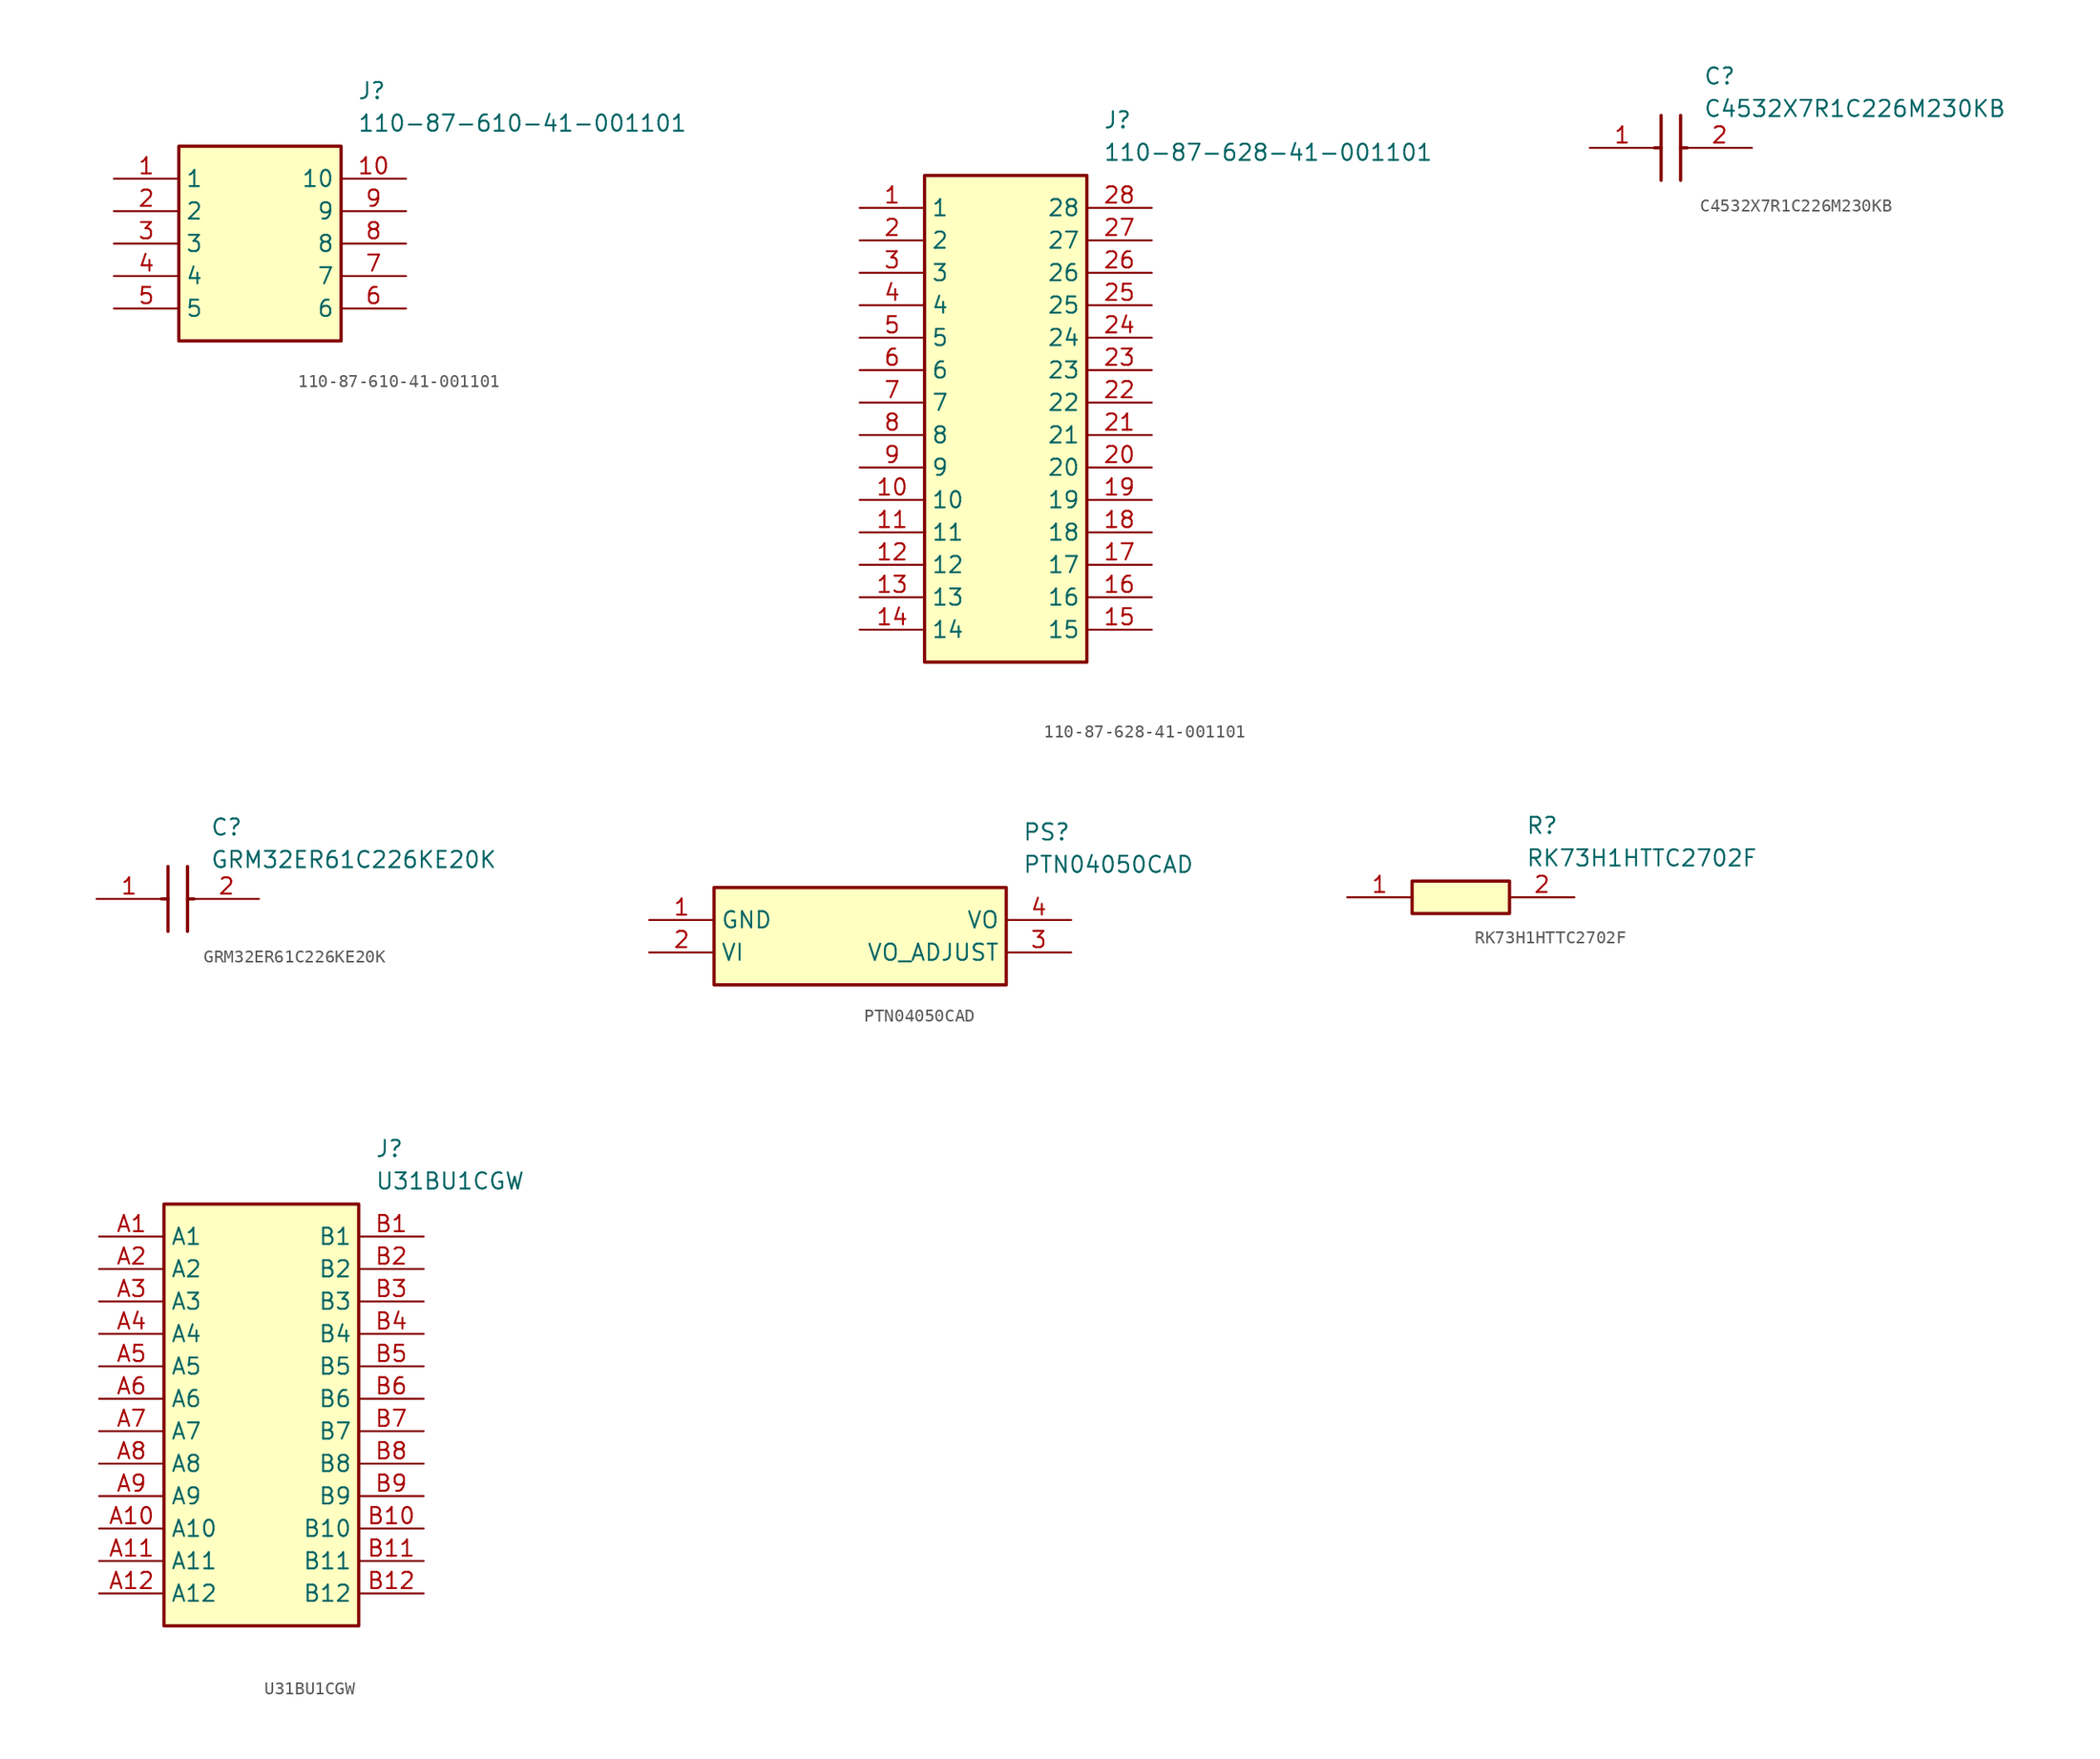
<source format=kicad_sym>
(kicad_symbol_lib
  (version 20220914)
  (generator SamacSys_ECAD_Model)
  (symbol "110-87-610-41-001101"
    (property "Reference" "J"
      (at 19.05 7.62 0)
      (effects (font (size 1.27 1.27)) (justify left top)))
    (property "Value" "110-87-610-41-001101"
      (at 19.05 5.08 0)
      (effects (font (size 1.27 1.27)) (justify left top)))
    (rectangle
      (start 5.08 2.54)
      (end 17.78 -12.7)
      (stroke (width 0.254) (type default))
      (fill (type background)))
    (pin passive line
      (at 0 0 0)
      (length 5.08)
      (name "1" (effects (font (size 1.27 1.27))))
      (number "1" (effects (font (size 1.27 1.27)))))
    (pin passive line
      (at 0 -2.54 0)
      (length 5.08)
      (name "2" (effects (font (size 1.27 1.27))))
      (number "2" (effects (font (size 1.27 1.27)))))
    (pin passive line
      (at 0 -5.08 0)
      (length 5.08)
      (name "3" (effects (font (size 1.27 1.27))))
      (number "3" (effects (font (size 1.27 1.27)))))
    (pin passive line
      (at 0 -7.62 0)
      (length 5.08)
      (name "4" (effects (font (size 1.27 1.27))))
      (number "4" (effects (font (size 1.27 1.27)))))
    (pin passive line
      (at 0 -10.16 0)
      (length 5.08)
      (name "5" (effects (font (size 1.27 1.27))))
      (number "5" (effects (font (size 1.27 1.27)))))
    (pin passive line
      (at 22.86 0 180)
      (length 5.08)
      (name "10" (effects (font (size 1.27 1.27))))
      (number "10" (effects (font (size 1.27 1.27)))))
    (pin passive line
      (at 22.86 -2.54 180)
      (length 5.08)
      (name "9" (effects (font (size 1.27 1.27))))
      (number "9" (effects (font (size 1.27 1.27)))))
    (pin passive line
      (at 22.86 -5.08 180)
      (length 5.08)
      (name "8" (effects (font (size 1.27 1.27))))
      (number "8" (effects (font (size 1.27 1.27)))))
    (pin passive line
      (at 22.86 -7.62 180)
      (length 5.08)
      (name "7" (effects (font (size 1.27 1.27))))
      (number "7" (effects (font (size 1.27 1.27)))))
    (pin passive line
      (at 22.86 -10.16 180)
      (length 5.08)
      (name "6" (effects (font (size 1.27 1.27))))
      (number "6" (effects (font (size 1.27 1.27))))))
  (symbol "110-87-628-41-001101"
    (property "Reference" "J"
      (at 19.05 7.62 0)
      (effects (font (size 1.27 1.27)) (justify left top)))
    (property "Value" "110-87-628-41-001101"
      (at 19.05 5.08 0)
      (effects (font (size 1.27 1.27)) (justify left top)))
    (rectangle
      (start 5.08 2.54)
      (end 17.78 -35.56)
      (stroke (width 0.254) (type default))
      (fill (type background)))
    (pin passive line
      (at 0 0 0)
      (length 5.08)
      (name "1" (effects (font (size 1.27 1.27))))
      (number "1" (effects (font (size 1.27 1.27)))))
    (pin passive line
      (at 0 -2.54 0)
      (length 5.08)
      (name "2" (effects (font (size 1.27 1.27))))
      (number "2" (effects (font (size 1.27 1.27)))))
    (pin passive line
      (at 0 -5.08 0)
      (length 5.08)
      (name "3" (effects (font (size 1.27 1.27))))
      (number "3" (effects (font (size 1.27 1.27)))))
    (pin passive line
      (at 0 -7.62 0)
      (length 5.08)
      (name "4" (effects (font (size 1.27 1.27))))
      (number "4" (effects (font (size 1.27 1.27)))))
    (pin passive line
      (at 0 -10.16 0)
      (length 5.08)
      (name "5" (effects (font (size 1.27 1.27))))
      (number "5" (effects (font (size 1.27 1.27)))))
    (pin passive line
      (at 0 -12.7 0)
      (length 5.08)
      (name "6" (effects (font (size 1.27 1.27))))
      (number "6" (effects (font (size 1.27 1.27)))))
    (pin passive line
      (at 0 -15.24 0)
      (length 5.08)
      (name "7" (effects (font (size 1.27 1.27))))
      (number "7" (effects (font (size 1.27 1.27)))))
    (pin passive line
      (at 0 -17.78 0)
      (length 5.08)
      (name "8" (effects (font (size 1.27 1.27))))
      (number "8" (effects (font (size 1.27 1.27)))))
    (pin passive line
      (at 0 -20.32 0)
      (length 5.08)
      (name "9" (effects (font (size 1.27 1.27))))
      (number "9" (effects (font (size 1.27 1.27)))))
    (pin passive line
      (at 0 -22.86 0)
      (length 5.08)
      (name "10" (effects (font (size 1.27 1.27))))
      (number "10" (effects (font (size 1.27 1.27)))))
    (pin passive line
      (at 0 -25.4 0)
      (length 5.08)
      (name "11" (effects (font (size 1.27 1.27))))
      (number "11" (effects (font (size 1.27 1.27)))))
    (pin passive line
      (at 0 -27.94 0)
      (length 5.08)
      (name "12" (effects (font (size 1.27 1.27))))
      (number "12" (effects (font (size 1.27 1.27)))))
    (pin passive line
      (at 0 -30.48 0)
      (length 5.08)
      (name "13" (effects (font (size 1.27 1.27))))
      (number "13" (effects (font (size 1.27 1.27)))))
    (pin passive line
      (at 0 -33.02 0)
      (length 5.08)
      (name "14" (effects (font (size 1.27 1.27))))
      (number "14" (effects (font (size 1.27 1.27)))))
    (pin passive line
      (at 22.86 0 180)
      (length 5.08)
      (name "28" (effects (font (size 1.27 1.27))))
      (number "28" (effects (font (size 1.27 1.27)))))
    (pin passive line
      (at 22.86 -2.54 180)
      (length 5.08)
      (name "27" (effects (font (size 1.27 1.27))))
      (number "27" (effects (font (size 1.27 1.27)))))
    (pin passive line
      (at 22.86 -5.08 180)
      (length 5.08)
      (name "26" (effects (font (size 1.27 1.27))))
      (number "26" (effects (font (size 1.27 1.27)))))
    (pin passive line
      (at 22.86 -7.62 180)
      (length 5.08)
      (name "25" (effects (font (size 1.27 1.27))))
      (number "25" (effects (font (size 1.27 1.27)))))
    (pin passive line
      (at 22.86 -10.16 180)
      (length 5.08)
      (name "24" (effects (font (size 1.27 1.27))))
      (number "24" (effects (font (size 1.27 1.27)))))
    (pin passive line
      (at 22.86 -12.7 180)
      (length 5.08)
      (name "23" (effects (font (size 1.27 1.27))))
      (number "23" (effects (font (size 1.27 1.27)))))
    (pin passive line
      (at 22.86 -15.24 180)
      (length 5.08)
      (name "22" (effects (font (size 1.27 1.27))))
      (number "22" (effects (font (size 1.27 1.27)))))
    (pin passive line
      (at 22.86 -17.78 180)
      (length 5.08)
      (name "21" (effects (font (size 1.27 1.27))))
      (number "21" (effects (font (size 1.27 1.27)))))
    (pin passive line
      (at 22.86 -20.32 180)
      (length 5.08)
      (name "20" (effects (font (size 1.27 1.27))))
      (number "20" (effects (font (size 1.27 1.27)))))
    (pin passive line
      (at 22.86 -22.86 180)
      (length 5.08)
      (name "19" (effects (font (size 1.27 1.27))))
      (number "19" (effects (font (size 1.27 1.27)))))
    (pin passive line
      (at 22.86 -25.4 180)
      (length 5.08)
      (name "18" (effects (font (size 1.27 1.27))))
      (number "18" (effects (font (size 1.27 1.27)))))
    (pin passive line
      (at 22.86 -27.94 180)
      (length 5.08)
      (name "17" (effects (font (size 1.27 1.27))))
      (number "17" (effects (font (size 1.27 1.27)))))
    (pin passive line
      (at 22.86 -30.48 180)
      (length 5.08)
      (name "16" (effects (font (size 1.27 1.27))))
      (number "16" (effects (font (size 1.27 1.27)))))
    (pin passive line
      (at 22.86 -33.02 180)
      (length 5.08)
      (name "15" (effects (font (size 1.27 1.27))))
      (number "15" (effects (font (size 1.27 1.27))))))
  (symbol "C4532X7R1C226M230KB"
    (pin_names hide)
    (property "Reference" "C"
      (at 8.89 6.35 0)
      (effects (font (size 1.27 1.27)) (justify left top)))
    (property "Value" "C4532X7R1C226M230KB"
      (at 8.89 3.81 0)
      (effects (font (size 1.27 1.27)) (justify left top)))
    (polyline
      (pts (xy 5.588 2.54) (xy 5.588 -2.54))
      (stroke (width 0.254) (type default))
      (fill (type none)))
    (polyline
      (pts (xy 7.112 2.54) (xy 7.112 -2.54))
      (stroke (width 0.254) (type default))
      (fill (type none)))
    (polyline
      (pts (xy 5.08 0) (xy 5.588 0))
      (stroke (width 0.254) (type default))
      (fill (type none)))
    (polyline
      (pts (xy 7.112 0) (xy 7.62 0))
      (stroke (width 0.254) (type default))
      (fill (type none)))
    (pin passive line
      (at 0 0 0)
      (length 5.08)
      (name "1" (effects (font (size 1.27 1.27))))
      (number "1" (effects (font (size 1.27 1.27)))))
    (pin passive line
      (at 12.7 0 180)
      (length 5.08)
      (name "2" (effects (font (size 1.27 1.27))))
      (number "2" (effects (font (size 1.27 1.27))))))
  (symbol "GRM32ER61C226KE20K"
    (pin_names hide)
    (property "Reference" "C"
      (at 8.89 6.35 0)
      (effects (font (size 1.27 1.27)) (justify left top)))
    (property "Value" "GRM32ER61C226KE20K"
      (at 8.89 3.81 0)
      (effects (font (size 1.27 1.27)) (justify left top)))
    (polyline
      (pts (xy 5.588 2.54) (xy 5.588 -2.54))
      (stroke (width 0.254) (type default))
      (fill (type none)))
    (polyline
      (pts (xy 7.112 2.54) (xy 7.112 -2.54))
      (stroke (width 0.254) (type default))
      (fill (type none)))
    (polyline
      (pts (xy 5.08 0) (xy 5.588 0))
      (stroke (width 0.254) (type default))
      (fill (type none)))
    (polyline
      (pts (xy 7.112 0) (xy 7.62 0))
      (stroke (width 0.254) (type default))
      (fill (type none)))
    (pin passive line
      (at 0 0 0)
      (length 5.08)
      (name "1" (effects (font (size 1.27 1.27))))
      (number "1" (effects (font (size 1.27 1.27)))))
    (pin passive line
      (at 12.7 0 180)
      (length 5.08)
      (name "2" (effects (font (size 1.27 1.27))))
      (number "2" (effects (font (size 1.27 1.27))))))
  (symbol "PTN04050CAD"
    (property "Reference" "PS"
      (at 29.21 7.62 0)
      (effects (font (size 1.27 1.27)) (justify left top)))
    (property "Value" "PTN04050CAD"
      (at 29.21 5.08 0)
      (effects (font (size 1.27 1.27)) (justify left top)))
    (rectangle
      (start 5.08 2.54)
      (end 27.94 -5.08)
      (stroke (width 0.254) (type default))
      (fill (type background)))
    (pin passive line
      (at 0 0 0)
      (length 5.08)
      (name "GND" (effects (font (size 1.27 1.27))))
      (number "1" (effects (font (size 1.27 1.27)))))
    (pin passive line
      (at 0 -2.54 0)
      (length 5.08)
      (name "VI" (effects (font (size 1.27 1.27))))
      (number "2" (effects (font (size 1.27 1.27)))))
    (pin passive line
      (at 33.02 -2.54 180)
      (length 5.08)
      (name "VO_ADJUST" (effects (font (size 1.27 1.27))))
      (number "3" (effects (font (size 1.27 1.27)))))
    (pin passive line
      (at 33.02 0 180)
      (length 5.08)
      (name "VO" (effects (font (size 1.27 1.27))))
      (number "4" (effects (font (size 1.27 1.27))))))
  (symbol "RK73H1HTTC2702F"
    (pin_names hide)
    (property "Reference" "R"
      (at 13.97 6.35 0)
      (effects (font (size 1.27 1.27)) (justify left top)))
    (property "Value" "RK73H1HTTC2702F"
      (at 13.97 3.81 0)
      (effects (font (size 1.27 1.27)) (justify left top)))
    (rectangle
      (start 5.08 1.27)
      (end 12.7 -1.27)
      (stroke (width 0.254) (type default))
      (fill (type background)))
    (pin passive line
      (at 0 0 0)
      (length 5.08)
      (name "1" (effects (font (size 1.27 1.27))))
      (number "1" (effects (font (size 1.27 1.27)))))
    (pin passive line
      (at 17.78 0 180)
      (length 5.08)
      (name "2" (effects (font (size 1.27 1.27))))
      (number "2" (effects (font (size 1.27 1.27))))))
  (symbol "U31BU1CGW"
    (property "Reference" "J"
      (at 21.59 7.62 0)
      (effects (font (size 1.27 1.27)) (justify left top)))
    (property "Value" "U31BU1CGW"
      (at 21.59 5.08 0)
      (effects (font (size 1.27 1.27)) (justify left top)))
    (rectangle
      (start 5.08 2.54)
      (end 20.32 -30.48)
      (stroke (width 0.254) (type default))
      (fill (type background)))
    (pin passive line
      (at 0 0 0)
      (length 5.08)
      (name "A1" (effects (font (size 1.27 1.27))))
      (number "A1" (effects (font (size 1.27 1.27)))))
    (pin passive line
      (at 0 -2.54 0)
      (length 5.08)
      (name "A2" (effects (font (size 1.27 1.27))))
      (number "A2" (effects (font (size 1.27 1.27)))))
    (pin passive line
      (at 0 -5.08 0)
      (length 5.08)
      (name "A3" (effects (font (size 1.27 1.27))))
      (number "A3" (effects (font (size 1.27 1.27)))))
    (pin passive line
      (at 0 -7.62 0)
      (length 5.08)
      (name "A4" (effects (font (size 1.27 1.27))))
      (number "A4" (effects (font (size 1.27 1.27)))))
    (pin passive line
      (at 0 -10.16 0)
      (length 5.08)
      (name "A5" (effects (font (size 1.27 1.27))))
      (number "A5" (effects (font (size 1.27 1.27)))))
    (pin passive line
      (at 0 -12.7 0)
      (length 5.08)
      (name "A6" (effects (font (size 1.27 1.27))))
      (number "A6" (effects (font (size 1.27 1.27)))))
    (pin passive line
      (at 0 -15.24 0)
      (length 5.08)
      (name "A7" (effects (font (size 1.27 1.27))))
      (number "A7" (effects (font (size 1.27 1.27)))))
    (pin passive line
      (at 0 -17.78 0)
      (length 5.08)
      (name "A8" (effects (font (size 1.27 1.27))))
      (number "A8" (effects (font (size 1.27 1.27)))))
    (pin passive line
      (at 0 -20.32 0)
      (length 5.08)
      (name "A9" (effects (font (size 1.27 1.27))))
      (number "A9" (effects (font (size 1.27 1.27)))))
    (pin passive line
      (at 0 -22.86 0)
      (length 5.08)
      (name "A10" (effects (font (size 1.27 1.27))))
      (number "A10" (effects (font (size 1.27 1.27)))))
    (pin passive line
      (at 0 -25.4 0)
      (length 5.08)
      (name "A11" (effects (font (size 1.27 1.27))))
      (number "A11" (effects (font (size 1.27 1.27)))))
    (pin passive line
      (at 0 -27.94 0)
      (length 5.08)
      (name "A12" (effects (font (size 1.27 1.27))))
      (number "A12" (effects (font (size 1.27 1.27)))))
    (pin passive line
      (at 25.4 0 180)
      (length 5.08)
      (name "B1" (effects (font (size 1.27 1.27))))
      (number "B1" (effects (font (size 1.27 1.27)))))
    (pin passive line
      (at 25.4 -2.54 180)
      (length 5.08)
      (name "B2" (effects (font (size 1.27 1.27))))
      (number "B2" (effects (font (size 1.27 1.27)))))
    (pin passive line
      (at 25.4 -5.08 180)
      (length 5.08)
      (name "B3" (effects (font (size 1.27 1.27))))
      (number "B3" (effects (font (size 1.27 1.27)))))
    (pin passive line
      (at 25.4 -7.62 180)
      (length 5.08)
      (name "B4" (effects (font (size 1.27 1.27))))
      (number "B4" (effects (font (size 1.27 1.27)))))
    (pin passive line
      (at 25.4 -10.16 180)
      (length 5.08)
      (name "B5" (effects (font (size 1.27 1.27))))
      (number "B5" (effects (font (size 1.27 1.27)))))
    (pin passive line
      (at 25.4 -12.7 180)
      (length 5.08)
      (name "B6" (effects (font (size 1.27 1.27))))
      (number "B6" (effects (font (size 1.27 1.27)))))
    (pin passive line
      (at 25.4 -15.24 180)
      (length 5.08)
      (name "B7" (effects (font (size 1.27 1.27))))
      (number "B7" (effects (font (size 1.27 1.27)))))
    (pin passive line
      (at 25.4 -17.78 180)
      (length 5.08)
      (name "B8" (effects (font (size 1.27 1.27))))
      (number "B8" (effects (font (size 1.27 1.27)))))
    (pin passive line
      (at 25.4 -20.32 180)
      (length 5.08)
      (name "B9" (effects (font (size 1.27 1.27))))
      (number "B9" (effects (font (size 1.27 1.27)))))
    (pin passive line
      (at 25.4 -22.86 180)
      (length 5.08)
      (name "B10" (effects (font (size 1.27 1.27))))
      (number "B10" (effects (font (size 1.27 1.27)))))
    (pin passive line
      (at 25.4 -25.4 180)
      (length 5.08)
      (name "B11" (effects (font (size 1.27 1.27))))
      (number "B11" (effects (font (size 1.27 1.27)))))
    (pin passive line
      (at 25.4 -27.94 180)
      (length 5.08)
      (name "B12" (effects (font (size 1.27 1.27))))
      (number "B12" (effects (font (size 1.27 1.27)))))))
</source>
